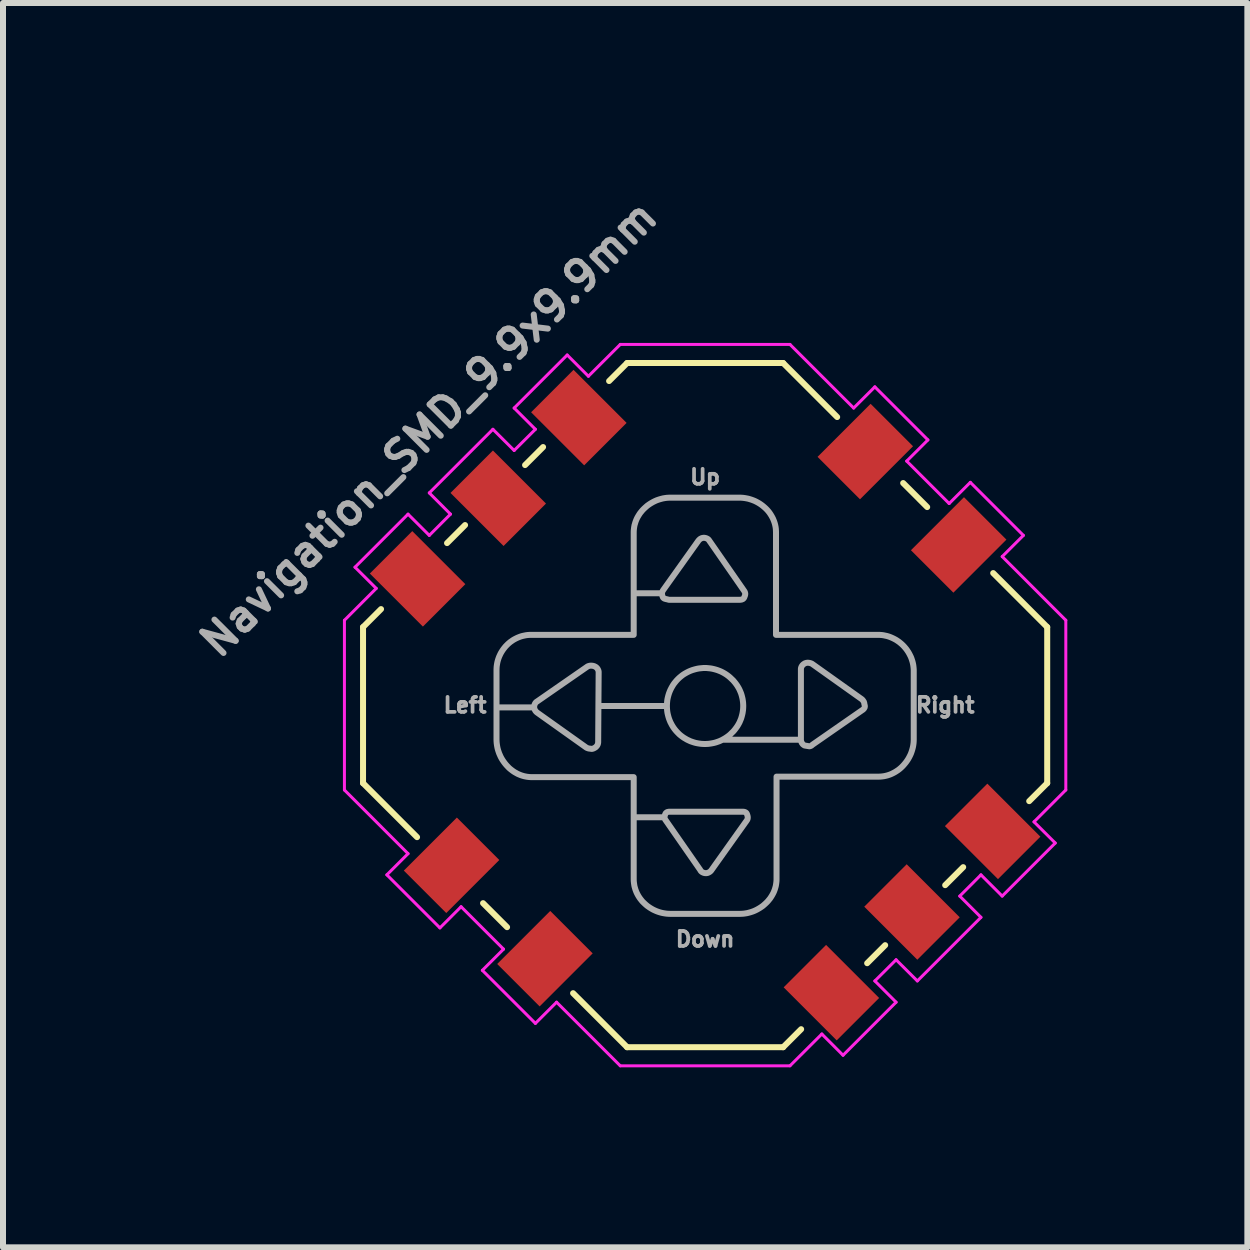
<source format=kicad_pcb>
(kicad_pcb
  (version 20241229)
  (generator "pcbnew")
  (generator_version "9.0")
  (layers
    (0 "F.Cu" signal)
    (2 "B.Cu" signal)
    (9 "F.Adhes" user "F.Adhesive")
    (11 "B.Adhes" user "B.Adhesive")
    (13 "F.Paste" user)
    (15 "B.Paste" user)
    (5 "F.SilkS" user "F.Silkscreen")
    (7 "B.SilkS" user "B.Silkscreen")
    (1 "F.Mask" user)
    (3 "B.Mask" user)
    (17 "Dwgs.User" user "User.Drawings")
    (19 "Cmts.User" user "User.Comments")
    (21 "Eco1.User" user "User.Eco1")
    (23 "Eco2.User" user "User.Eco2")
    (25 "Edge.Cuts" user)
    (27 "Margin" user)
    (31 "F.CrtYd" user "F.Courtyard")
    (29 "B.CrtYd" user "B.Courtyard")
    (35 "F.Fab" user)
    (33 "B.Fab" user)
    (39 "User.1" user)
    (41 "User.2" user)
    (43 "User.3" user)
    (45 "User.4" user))
  (footprint "Navigation_SMD_9.9x9.9mm"
    (layer "F.Cu")
    (at 8.699 8.699)
    (property "Reference" "Navigation_SMD_9.9x9.9mm" (at -4.4 -4.4 45) (layer "F.Fab") (effects (font (size 0.5 0.5) (thickness 0.1)) (justify bottom)))
    (attr smd)
    (fp_line (start -5.7 -1.3) (end -5.4 -1.6) (stroke (width 0.1) (type default)) (layer "F.SilkS"))
    (fp_line (start -5.7 1.3) (end -5.7 -1.3) (stroke (width 0.1) (type default)) (layer "F.SilkS"))
    (fp_line (start -4.8 2.2) (end -5.7 1.3) (stroke (width 0.1) (type default)) (layer "F.SilkS"))
    (fp_line (start -4 -3) (end -4.3 -2.7) (stroke (width 0.1) (type default)) (layer "F.SilkS"))
    (fp_line (start -3.3 3.7) (end -3.7 3.3) (stroke (width 0.1) (type default)) (layer "F.SilkS"))
    (fp_line (start -2.7 -4.3) (end -3 -4) (stroke (width 0.1) (type default)) (layer "F.SilkS"))
    (fp_line (start -1.6 -5.4) (end -1.3 -5.7) (stroke (width 0.1) (type default)) (layer "F.SilkS"))
    (fp_line (start -1.3 -5.7) (end 1.3 -5.7) (stroke (width 0.1) (type default)) (layer "F.SilkS"))
    (fp_line (start -1.3 5.7) (end -2.2 4.8) (stroke (width 0.1) (type default)) (layer "F.SilkS"))
    (fp_line (start 1.3 -5.7) (end 2.2 -4.8) (stroke (width 0.1) (type default)) (layer "F.SilkS"))
    (fp_line (start 1.3 5.7) (end -1.3 5.7) (stroke (width 0.1) (type default)) (layer "F.SilkS"))
    (fp_line (start 1.6 5.4) (end 1.3 5.7) (stroke (width 0.1) (type default)) (layer "F.SilkS"))
    (fp_line (start 3 4) (end 2.7 4.3) (stroke (width 0.1) (type default)) (layer "F.SilkS"))
    (fp_line (start 3.3 -3.7) (end 3.7 -3.3) (stroke (width 0.1) (type default)) (layer "F.SilkS"))
    (fp_line (start 4.3 2.7) (end 4 3) (stroke (width 0.1) (type default)) (layer "F.SilkS"))
    (fp_line (start 4.8 -2.2) (end 5.7 -1.3) (stroke (width 0.1) (type default)) (layer "F.SilkS"))
    (fp_line (start 5.7 -1.3) (end 5.7 1.3) (stroke (width 0.1) (type default)) (layer "F.SilkS"))
    (fp_line (start 5.7 1.3) (end 5.4 1.6) (stroke (width 0.1) (type default)) (layer "F.SilkS"))
    (fp_line (start -6.01 -1.414) (end -5.48 -1.945) (stroke (width 0.05) (type default)) (layer "F.CrtYd"))
    (fp_line (start -6.01 1.414) (end -6.01 -1.414) (stroke (width 0.05) (type default)) (layer "F.CrtYd"))
    (fp_line (start -5.834 -2.298) (end -4.95 -3.182) (stroke (width 0.05) (type default)) (layer "F.CrtYd"))
    (fp_line (start -5.48 -1.945) (end -5.834 -2.298) (stroke (width 0.05) (type default)) (layer "F.CrtYd"))
    (fp_line (start -5.303 2.828) (end -4.95 2.475) (stroke (width 0.05) (type default)) (layer "F.CrtYd"))
    (fp_line (start -4.95 -3.182) (end -4.596 -2.828) (stroke (width 0.05) (type default)) (layer "F.CrtYd"))
    (fp_line (start -4.95 2.475) (end -6.01 1.414) (stroke (width 0.05) (type default)) (layer "F.CrtYd"))
    (fp_line (start -4.596 -3.536) (end -3.536 -4.596) (stroke (width 0.05) (type default)) (layer "F.CrtYd"))
    (fp_line (start -4.596 -2.828) (end -4.243 -3.182) (stroke (width 0.05) (type default)) (layer "F.CrtYd"))
    (fp_line (start -4.419 3.712) (end -5.303 2.828) (stroke (width 0.05) (type default)) (layer "F.CrtYd"))
    (fp_line (start -4.243 -3.182) (end -4.596 -3.536) (stroke (width 0.05) (type default)) (layer "F.CrtYd"))
    (fp_line (start -4.066 3.359) (end -4.419 3.712) (stroke (width 0.05) (type default)) (layer "F.CrtYd"))
    (fp_line (start -3.712 4.419) (end -3.359 4.066) (stroke (width 0.05) (type default)) (layer "F.CrtYd"))
    (fp_line (start -3.536 -4.596) (end -3.182 -4.243) (stroke (width 0.05) (type default)) (layer "F.CrtYd"))
    (fp_line (start -3.359 4.066) (end -4.066 3.359) (stroke (width 0.05) (type default)) (layer "F.CrtYd"))
    (fp_line (start -3.182 -4.95) (end -2.298 -5.834) (stroke (width 0.05) (type default)) (layer "F.CrtYd"))
    (fp_line (start -3.182 -4.243) (end -2.828 -4.596) (stroke (width 0.05) (type default)) (layer "F.CrtYd"))
    (fp_line (start -2.828 -4.596) (end -3.182 -4.95) (stroke (width 0.05) (type default)) (layer "F.CrtYd"))
    (fp_line (start -2.828 5.303) (end -3.712 4.419) (stroke (width 0.05) (type default)) (layer "F.CrtYd"))
    (fp_line (start -2.475 4.95) (end -2.828 5.303) (stroke (width 0.05) (type default)) (layer "F.CrtYd"))
    (fp_line (start -2.298 -5.834) (end -1.945 -5.48) (stroke (width 0.05) (type default)) (layer "F.CrtYd"))
    (fp_line (start -1.945 -5.48) (end -1.414 -6.01) (stroke (width 0.05) (type default)) (layer "F.CrtYd"))
    (fp_line (start -1.414 -6.01) (end 1.414 -6.01) (stroke (width 0.05) (type default)) (layer "F.CrtYd"))
    (fp_line (start -1.414 6.01) (end -2.475 4.95) (stroke (width 0.05) (type default)) (layer "F.CrtYd"))
    (fp_line (start 1.414 -6.01) (end 2.475 -4.95) (stroke (width 0.05) (type default)) (layer "F.CrtYd"))
    (fp_line (start 1.414 6.01) (end -1.414 6.01) (stroke (width 0.05) (type default)) (layer "F.CrtYd"))
    (fp_line (start 1.945 5.48) (end 1.414 6.01) (stroke (width 0.05) (type default)) (layer "F.CrtYd"))
    (fp_line (start 2.298 5.834) (end 1.945 5.48) (stroke (width 0.05) (type default)) (layer "F.CrtYd"))
    (fp_line (start 2.475 -4.95) (end 2.828 -5.303) (stroke (width 0.05) (type default)) (layer "F.CrtYd"))
    (fp_line (start 2.828 -5.303) (end 3.712 -4.419) (stroke (width 0.05) (type default)) (layer "F.CrtYd"))
    (fp_line (start 2.828 4.596) (end 3.182 4.95) (stroke (width 0.05) (type default)) (layer "F.CrtYd"))
    (fp_line (start 3.182 4.243) (end 2.828 4.596) (stroke (width 0.05) (type default)) (layer "F.CrtYd"))
    (fp_line (start 3.182 4.95) (end 2.298 5.834) (stroke (width 0.05) (type default)) (layer "F.CrtYd"))
    (fp_line (start 3.359 -4.066) (end 4.066 -3.359) (stroke (width 0.05) (type default)) (layer "F.CrtYd"))
    (fp_line (start 3.536 4.596) (end 3.182 4.243) (stroke (width 0.05) (type default)) (layer "F.CrtYd"))
    (fp_line (start 3.712 -4.419) (end 3.359 -4.066) (stroke (width 0.05) (type default)) (layer "F.CrtYd"))
    (fp_line (start 4.066 -3.359) (end 4.419 -3.712) (stroke (width 0.05) (type default)) (layer "F.CrtYd"))
    (fp_line (start 4.243 3.182) (end 4.596 3.536) (stroke (width 0.05) (type default)) (layer "F.CrtYd"))
    (fp_line (start 4.419 -3.712) (end 5.303 -2.828) (stroke (width 0.05) (type default)) (layer "F.CrtYd"))
    (fp_line (start 4.596 2.828) (end 4.243 3.182) (stroke (width 0.05) (type default)) (layer "F.CrtYd"))
    (fp_line (start 4.596 3.536) (end 3.536 4.596) (stroke (width 0.05) (type default)) (layer "F.CrtYd"))
    (fp_line (start 4.95 -2.475) (end 6.01 -1.414) (stroke (width 0.05) (type default)) (layer "F.CrtYd"))
    (fp_line (start 4.95 3.182) (end 4.596 2.828) (stroke (width 0.05) (type default)) (layer "F.CrtYd"))
    (fp_line (start 5.303 -2.828) (end 4.95 -2.475) (stroke (width 0.05) (type default)) (layer "F.CrtYd"))
    (fp_line (start 5.48 1.945) (end 5.834 2.298) (stroke (width 0.05) (type default)) (layer "F.CrtYd"))
    (fp_line (start 5.834 2.298) (end 4.95 3.182) (stroke (width 0.05) (type default)) (layer "F.CrtYd"))
    (fp_line (start 6.01 1.414) (end 5.48 1.945) (stroke (width 0.05) (type default)) (layer "F.CrtYd"))
    (fp_line (start 6.01 1.414) (end 6.01 -1.414) (stroke (width 0.05) (type default)) (layer "F.CrtYd"))
    (fp_poly (pts (xy 0.602 -3.456) (xy 0.631 -3.454) (xy 0.661 -3.45) (xy 0.69 -3.445) (xy 0.719 -3.439) (xy 0.747 -3.431) (xy 0.775 -3.422) (xy 0.802 -3.412) (xy 0.829 -3.401) (xy 0.855 -3.388) (xy 0.881 -3.374) (xy 0.906 -3.359) (xy 0.93 -3.343) (xy 0.953 -3.326) (xy 0.975 -3.308) (xy 0.997 -3.289) (xy 1.017 -3.27) (xy 1.037 -3.249) (xy 1.056 -3.227) (xy 1.073 -3.205) (xy 1.089 -3.181) (xy 1.104 -3.157) (xy 1.118 -3.132) (xy 1.131 -3.107) (xy 1.142 -3.08) (xy 1.152 -3.054) (xy 1.161 -3.026) (xy 1.168 -2.998) (xy 1.174 -2.969) (xy 1.178 -2.94) (xy 1.18 -2.911) (xy 1.181 -2.881) (xy 1.181 -1.171) (xy 2.883 -1.171) (xy 2.883 -1.171) (xy 2.883 -1.171) (xy 2.883 -1.171) (xy 2.913 -1.17) (xy 2.942 -1.168) (xy 2.972 -1.164) (xy 3 -1.158) (xy 3.029 -1.152) (xy 3.056 -1.144) (xy 3.084 -1.134) (xy 3.11 -1.123) (xy 3.136 -1.111) (xy 3.161 -1.098) (xy 3.186 -1.084) (xy 3.21 -1.068) (xy 3.233 -1.052) (xy 3.255 -1.034) (xy 3.276 -1.016) (xy 3.297 -0.996) (xy 3.316 -0.976) (xy 3.335 -0.954) (xy 3.353 -0.932) (xy 3.369 -0.909) (xy 3.385 -0.885) (xy 3.399 -0.861) (xy 3.412 -0.836) (xy 3.425 -0.81) (xy 3.436 -0.784) (xy 3.445 -0.757) (xy 3.454 -0.729) (xy 3.461 -0.702) (xy 3.467 -0.673) (xy 3.471 -0.645) (xy 3.474 -0.616) (xy 3.476 -0.586) (xy 3.476 0.573) (xy 3.475 0.604) (xy 3.473 0.633) (xy 3.469 0.663) (xy 3.464 0.692) (xy 3.457 0.721) (xy 3.449 0.75) (xy 3.44 0.778) (xy 3.43 0.806) (xy 3.418 0.833) (xy 3.405 0.859) (xy 3.391 0.885) (xy 3.376 0.91) (xy 3.359 0.935) (xy 3.342 0.958) (xy 3.323 0.981) (xy 3.304 1.003) (xy 3.284 1.024) (xy 3.263 1.044) (xy 3.241 1.063) (xy 3.218 1.081) (xy 3.194 1.097) (xy 3.169 1.113) (xy 3.144 1.127) (xy 3.118 1.14) (xy 3.092 1.152) (xy 3.065 1.162) (xy 3.037 1.171) (xy 3.009 1.178) (xy 2.98 1.184) (xy 2.951 1.188) (xy 2.921 1.191) (xy 2.891 1.192) (xy 1.19 1.192) (xy 1.19 2.902) (xy 1.189 2.931) (xy 1.186 2.96) (xy 1.182 2.988) (xy 1.177 3.016) (xy 1.169 3.044) (xy 1.161 3.071) (xy 1.151 3.098) (xy 1.14 3.124) (xy 1.127 3.149) (xy 1.113 3.174) (xy 1.098 3.198) (xy 1.082 3.222) (xy 1.064 3.244) (xy 1.046 3.266) (xy 1.026 3.287) (xy 1.005 3.307) (xy 0.984 3.326) (xy 0.962 3.345) (xy 0.938 3.362) (xy 0.914 3.378) (xy 0.889 3.393) (xy 0.864 3.407) (xy 0.838 3.42) (xy 0.811 3.432) (xy 0.784 3.442) (xy 0.756 3.451) (xy 0.727 3.459) (xy 0.699 3.466) (xy 0.669 3.471) (xy 0.64 3.475) (xy 0.61 3.477) (xy 0.58 3.478) (xy -0.58 3.478) (xy -0.61 3.477) (xy -0.64 3.475) (xy -0.669 3.471) (xy -0.699 3.466) (xy -0.727 3.46) (xy -0.756 3.452) (xy -0.784 3.443) (xy -0.811 3.433) (xy -0.838 3.421) (xy -0.864 3.409) (xy -0.889 3.395) (xy -0.914 3.38) (xy -0.938 3.364) (xy -0.962 3.347) (xy -0.984 3.329) (xy -1.005 3.31) (xy -1.026 3.29) (xy -1.046 3.27) (xy -1.064 3.248) (xy -1.082 3.225) (xy -1.098 3.202) (xy -1.113 3.178) (xy -1.127 3.153) (xy -1.14 3.127) (xy -1.151 3.101) (xy -1.161 3.074) (xy -1.169 3.047) (xy -1.177 3.019) (xy -1.182 2.99) (xy -1.186 2.961) (xy -1.189 2.932) (xy -1.19 2.902) (xy -1.19 1.866) (xy -0.676 1.866) (xy -0.676 1.869) (xy -0.676 1.872) (xy -0.676 1.875) (xy -0.676 1.878) (xy -0.675 1.881) (xy -0.675 1.884) (xy -0.674 1.887) (xy -0.673 1.89) (xy -0.672 1.893) (xy -0.671 1.895) (xy -0.668 1.901) (xy -0.665 1.907) (xy -0.661 1.913) (xy -0.656 1.92) (xy -0.08 2.749) (xy -0.079 2.753) (xy -0.077 2.756) (xy -0.075 2.758) (xy -0.073 2.761) (xy -0.071 2.764) (xy -0.068 2.767) (xy -0.064 2.772) (xy -0.058 2.776) (xy -0.053 2.78) (xy -0.047 2.784) (xy -0.04 2.787) (xy -0.034 2.79) (xy -0.027 2.793) (xy -0.021 2.795) (xy -0.014 2.797) (xy -0.007 2.798) (xy -0.000378 2.799) (xy 0.006 2.8) (xy 0.013 2.8) (xy 0.019 2.8) (xy 0.025 2.799) (xy 0.032 2.798) (xy 0.038 2.797) (xy 0.044 2.795) (xy 0.05 2.793) (xy 0.056 2.79) (xy 0.062 2.787) (xy 0.068 2.784) (xy 0.074 2.78) (xy 0.08 2.776) (xy 0.085 2.772) (xy 0.091 2.767) (xy 0.096 2.761) (xy 0.101 2.756) (xy 0.106 2.749) (xy 0.69 1.928) (xy 0.69 1.928) (xy 0.69 1.928) (xy 0.69 1.928) (xy 0.694 1.922) (xy 0.698 1.916) (xy 0.702 1.91) (xy 0.704 1.904) (xy 0.707 1.898) (xy 0.708 1.892) (xy 0.709 1.886) (xy 0.71 1.879) (xy 0.71 1.873) (xy 0.71 1.866) (xy 0.709 1.859) (xy 0.708 1.852) (xy 0.706 1.844) (xy 0.704 1.836) (xy 0.701 1.827) (xy 0.698 1.818) (xy 0.697 1.814) (xy 0.695 1.811) (xy 0.693 1.807) (xy 0.691 1.804) (xy 0.689 1.801) (xy 0.687 1.798) (xy 0.685 1.796) (xy 0.683 1.794) (xy 0.68 1.791) (xy 0.678 1.789) (xy 0.675 1.788) (xy 0.672 1.786) (xy 0.669 1.785) (xy 0.666 1.783) (xy 0.66 1.781) (xy 0.654 1.779) (xy 0.647 1.778) (xy 0.64 1.777) (xy 0.632 1.776) (xy 0.624 1.776) (xy 0.615 1.776) (xy 0.597 1.776) (xy -0.563 1.776) (xy -0.581 1.776) (xy -0.59 1.776) (xy -0.598 1.776) (xy -0.606 1.777) (xy -0.613 1.778) (xy -0.617 1.779) (xy -0.62 1.779) (xy -0.623 1.78) (xy -0.627 1.781) (xy -0.63 1.782) (xy -0.633 1.783) (xy -0.636 1.785) (xy -0.638 1.786) (xy -0.641 1.788) (xy -0.644 1.789) (xy -0.646 1.791) (xy -0.649 1.794) (xy -0.651 1.796) (xy -0.653 1.798) (xy -0.656 1.801) (xy -0.658 1.804) (xy -0.659 1.807) (xy -0.661 1.811) (xy -0.663 1.814) (xy -0.665 1.818) (xy -0.668 1.826) (xy -0.67 1.833) (xy -0.672 1.84) (xy -0.674 1.847) (xy -0.675 1.854) (xy -0.676 1.86) (xy -0.676 1.866) (xy -1.19 1.866) (xy -1.19 1.2) (xy -2.9 1.2) (xy -2.93 1.198) (xy -2.959 1.195) (xy -2.988 1.19) (xy -3.017 1.184) (xy -3.045 1.176) (xy -3.072 1.167) (xy -3.099 1.156) (xy -3.126 1.144) (xy -3.151 1.13) (xy -3.176 1.116) (xy -3.2 1.1) (xy -3.223 1.083) (xy -3.246 1.065) (xy -3.268 1.046) (xy -3.288 1.025) (xy -3.308 1.004) (xy -3.327 0.982) (xy -3.345 0.959) (xy -3.362 0.935) (xy -3.378 0.911) (xy -3.393 0.886) (xy -3.407 0.86) (xy -3.419 0.833) (xy -3.431 0.806) (xy -3.441 0.778) (xy -3.45 0.75) (xy -3.458 0.721) (xy -3.464 0.692) (xy -3.469 0.663) (xy -3.473 0.633) (xy -3.475 0.604) (xy -3.476 0.573) (xy -3.476 0.032) (xy -2.849 0.032) (xy -2.849 0.038) (xy -2.848 0.044) (xy -2.847 0.051) (xy -2.846 0.057) (xy -2.844 0.063) (xy -2.842 0.069) (xy -2.839 0.075) (xy -2.836 0.081) (xy -2.833 0.087) (xy -2.829 0.093) (xy -2.825 0.099) (xy -2.82 0.104) (xy -2.816 0.11) (xy -2.81 0.115) (xy -2.804 0.12) (xy -2.798 0.125) (xy -1.977 0.709) (xy -1.97 0.712) (xy -1.963 0.715) (xy -1.959 0.717) (xy -1.955 0.718) (xy -1.951 0.719) (xy -1.946 0.721) (xy -1.942 0.722) (xy -1.937 0.723) (xy -1.933 0.724) (xy -1.928 0.724) (xy -1.923 0.725) (xy -1.919 0.725) (xy -1.914 0.726) (xy -1.909 0.726) (xy -1.908 0.727) (xy -1.906 0.727) (xy -1.904 0.728) (xy -1.903 0.728) (xy -1.901 0.729) (xy -1.899 0.729) (xy -1.895 0.729) (xy -1.891 0.729) (xy -1.888 0.729) (xy -1.884 0.729) (xy -1.88 0.728) (xy -1.876 0.727) (xy -1.872 0.726) (xy -1.868 0.725) (xy -1.864 0.723) (xy -1.86 0.722) (xy -1.857 0.721) (xy -1.853 0.719) (xy -1.85 0.717) (xy -1.844 0.714) (xy -1.837 0.71) (xy -1.831 0.706) (xy -1.825 0.702) (xy -1.819 0.697) (xy -1.814 0.691) (xy -1.808 0.685) (xy -1.803 0.679) (xy -1.799 0.673) (xy -1.795 0.666) (xy -1.791 0.658) (xy -1.788 0.651) (xy -1.787 0.647) (xy -1.786 0.643) (xy -1.785 0.638) (xy -1.784 0.634) (xy -1.783 0.63) (xy -1.783 0.625) (xy -1.782 0.62) (xy -1.782 0.616) (xy -1.778 0.015) (xy -0.637 0.015) (xy -0.636 0.045) (xy -0.634 0.076) (xy -0.631 0.106) (xy -0.626 0.136) (xy -0.619 0.166) (xy -0.611 0.196) (xy -0.602 0.225) (xy -0.591 0.254) (xy -0.579 0.283) (xy -0.565 0.31) (xy -0.55 0.338) (xy -0.534 0.364) (xy -0.516 0.39) (xy -0.496 0.416) (xy -0.475 0.44) (xy -0.453 0.463) (xy -0.43 0.486) (xy -0.405 0.507) (xy -0.38 0.526) (xy -0.354 0.544) (xy -0.327 0.56) (xy -0.3 0.576) (xy -0.272 0.589) (xy -0.244 0.602) (xy -0.215 0.612) (xy -0.185 0.622) (xy -0.156 0.63) (xy -0.126 0.636) (xy -0.096 0.641) (xy -0.065 0.645) (xy -0.035 0.647) (xy -0.004 0.648) (xy 0.026 0.647) (xy 0.057 0.645) (xy 0.087 0.641) (xy 0.117 0.636) (xy 0.147 0.63) (xy 0.177 0.622) (xy 0.206 0.612) (xy 0.235 0.602) (xy 0.264 0.589) (xy 0.292 0.576) (xy 0.295 0.573) (xy 1.596 0.573) (xy 1.596 0.577) (xy 1.596 0.581) (xy 1.597 0.585) (xy 1.597 0.589) (xy 1.598 0.593) (xy 1.599 0.597) (xy 1.599 0.601) (xy 1.601 0.605) (xy 1.602 0.609) (xy 1.603 0.612) (xy 1.605 0.616) (xy 1.606 0.62) (xy 1.608 0.623) (xy 1.61 0.627) (xy 1.612 0.63) (xy 1.614 0.634) (xy 1.616 0.637) (xy 1.619 0.64) (xy 1.621 0.644) (xy 1.624 0.647) (xy 1.626 0.65) (xy 1.629 0.653) (xy 1.632 0.655) (xy 1.635 0.658) (xy 1.638 0.661) (xy 1.642 0.663) (xy 1.645 0.665) (xy 1.649 0.668) (xy 1.652 0.67) (xy 1.656 0.672) (xy 1.66 0.673) (xy 1.664 0.675) (xy 1.667 0.675) (xy 1.671 0.675) (xy 1.675 0.676) (xy 1.679 0.676) (xy 1.688 0.678) (xy 1.696 0.679) (xy 1.712 0.682) (xy 1.719 0.683) (xy 1.721 0.683) (xy 1.723 0.684) (xy 1.725 0.684) (xy 1.728 0.685) (xy 1.73 0.685) (xy 1.732 0.686) (xy 1.735 0.686) (xy 1.737 0.686) (xy 1.739 0.686) (xy 1.742 0.686) (xy 1.744 0.685) (xy 1.746 0.685) (xy 1.749 0.684) (xy 1.751 0.684) (xy 1.753 0.683) (xy 1.756 0.682) (xy 1.76 0.68) (xy 1.764 0.678) (xy 1.768 0.676) (xy 1.773 0.673) (xy 1.777 0.67) (xy 1.78 0.667) (xy 1.784 0.664) (xy 1.787 0.661) (xy 1.791 0.658) (xy 2.62 0.082) (xy 2.62 0.082) (xy 2.62 0.082) (xy 2.62 0.082) (xy 2.62 0.082) (xy 2.62 0.082) (xy 2.62 0.082) (xy 2.62 0.082) (xy 2.627 0.078) (xy 2.632 0.073) (xy 2.638 0.068) (xy 2.642 0.063) (xy 2.647 0.058) (xy 2.65 0.053) (xy 2.652 0.05) (xy 2.654 0.048) (xy 2.655 0.045) (xy 2.656 0.042) (xy 2.658 0.039) (xy 2.658 0.036) (xy 2.659 0.034) (xy 2.66 0.031) (xy 2.66 0.028) (xy 2.661 0.024) (xy 2.661 0.021) (xy 2.661 0.018) (xy 2.661 0.015) (xy 2.66 0.011) (xy 2.66 0.008) (xy 2.659 0.004) (xy 2.658 0.001) (xy 2.657 -0.003) (xy 2.656 -0.007) (xy 2.654 -0.011) (xy 2.654 -0.017) (xy 2.653 -0.023) (xy 2.652 -0.03) (xy 2.651 -0.036) (xy 2.649 -0.042) (xy 2.647 -0.048) (xy 2.645 -0.055) (xy 2.642 -0.06) (xy 2.638 -0.066) (xy 2.634 -0.072) (xy 2.63 -0.078) (xy 2.626 -0.083) (xy 2.621 -0.089) (xy 2.615 -0.094) (xy 2.61 -0.099) (xy 2.603 -0.104) (xy 1.782 -0.688) (xy 1.776 -0.691) (xy 1.769 -0.694) (xy 1.762 -0.697) (xy 1.755 -0.699) (xy 1.748 -0.701) (xy 1.741 -0.703) (xy 1.734 -0.704) (xy 1.726 -0.705) (xy 1.719 -0.706) (xy 1.711 -0.706) (xy 1.703 -0.706) (xy 1.695 -0.705) (xy 1.687 -0.704) (xy 1.68 -0.702) (xy 1.672 -0.699) (xy 1.664 -0.697) (xy 1.657 -0.693) (xy 1.651 -0.689) (xy 1.645 -0.685) (xy 1.639 -0.681) (xy 1.633 -0.676) (xy 1.627 -0.67) (xy 1.622 -0.665) (xy 1.617 -0.658) (xy 1.613 -0.652) (xy 1.608 -0.645) (xy 1.605 -0.638) (xy 1.602 -0.63) (xy 1.6 -0.626) (xy 1.599 -0.622) (xy 1.598 -0.618) (xy 1.597 -0.613) (xy 1.597 -0.609) (xy 1.596 -0.604) (xy 1.596 -0.6) (xy 1.596 -0.595) (xy 1.596 0.573) (xy 0.295 0.573) (xy 0.319 0.56) (xy 0.345 0.544) (xy 0.371 0.526) (xy 0.397 0.507) (xy 0.421 0.486) (xy 0.444 0.463) (xy 0.468 0.44) (xy 0.489 0.416) (xy 0.509 0.39) (xy 0.528 0.364) (xy 0.545 0.338) (xy 0.561 0.31) (xy 0.575 0.283) (xy 0.587 0.254) (xy 0.599 0.225) (xy 0.608 0.196) (xy 0.616 0.166) (xy 0.623 0.136) (xy 0.628 0.106) (xy 0.632 0.076) (xy 0.634 0.045) (xy 0.635 0.015) (xy 0.634 -0.016) (xy 0.632 -0.046) (xy 0.628 -0.077) (xy 0.623 -0.107) (xy 0.616 -0.137) (xy 0.608 -0.167) (xy 0.599 -0.196) (xy 0.587 -0.225) (xy 0.575 -0.253) (xy 0.561 -0.281) (xy 0.545 -0.308) (xy 0.528 -0.335) (xy 0.509 -0.361) (xy 0.489 -0.386) (xy 0.468 -0.411) (xy 0.444 -0.434) (xy 0.421 -0.456) (xy 0.397 -0.477) (xy 0.371 -0.497) (xy 0.345 -0.515) (xy 0.319 -0.531) (xy 0.292 -0.546) (xy 0.264 -0.56) (xy 0.235 -0.572) (xy 0.206 -0.583) (xy 0.177 -0.592) (xy 0.147 -0.6) (xy 0.117 -0.607) (xy 0.087 -0.612) (xy 0.057 -0.615) (xy 0.026 -0.618) (xy -0.004 -0.618) (xy -0.035 -0.618) (xy -0.065 -0.615) (xy -0.096 -0.612) (xy -0.126 -0.607) (xy -0.156 -0.6) (xy -0.185 -0.592) (xy -0.215 -0.583) (xy -0.244 -0.572) (xy -0.272 -0.56) (xy -0.3 -0.546) (xy -0.327 -0.531) (xy -0.354 -0.515) (xy -0.38 -0.497) (xy -0.405 -0.477) (xy -0.43 -0.456) (xy -0.453 -0.434) (xy -0.475 -0.411) (xy -0.496 -0.386) (xy -0.516 -0.361) (xy -0.534 -0.335) (xy -0.55 -0.308) (xy -0.565 -0.281) (xy -0.579 -0.253) (xy -0.591 -0.225) (xy -0.602 -0.196) (xy -0.611 -0.167) (xy -0.619 -0.137) (xy -0.626 -0.107) (xy -0.631 -0.077) (xy -0.634 -0.046) (xy -0.636 -0.016) (xy -0.637 0.015) (xy -1.778 0.015) (xy -1.774 -0.544) (xy -1.774 -0.548) (xy -1.774 -0.552) (xy -1.774 -0.556) (xy -1.775 -0.56) (xy -1.776 -0.564) (xy -1.776 -0.568) (xy -1.777 -0.572) (xy -1.778 -0.575) (xy -1.78 -0.579) (xy -1.781 -0.583) (xy -1.782 -0.587) (xy -1.784 -0.59) (xy -1.786 -0.594) (xy -1.788 -0.598) (xy -1.79 -0.601) (xy -1.792 -0.604) (xy -1.794 -0.608) (xy -1.796 -0.611) (xy -1.799 -0.614) (xy -1.801 -0.617) (xy -1.804 -0.62) (xy -1.807 -0.623) (xy -1.81 -0.626) (xy -1.813 -0.629) (xy -1.816 -0.631) (xy -1.82 -0.634) (xy -1.823 -0.636) (xy -1.826 -0.638) (xy -1.83 -0.64) (xy -1.834 -0.642) (xy -1.838 -0.644) (xy -1.842 -0.646) (xy -1.848 -0.649) (xy -1.855 -0.651) (xy -1.863 -0.653) (xy -1.871 -0.655) (xy -1.879 -0.656) (xy -1.888 -0.657) (xy -1.896 -0.658) (xy -1.905 -0.657) (xy -1.914 -0.657) (xy -1.922 -0.656) (xy -1.931 -0.654) (xy -1.939 -0.652) (xy -1.947 -0.649) (xy -1.955 -0.646) (xy -1.962 -0.642) (xy -1.965 -0.64) (xy -1.969 -0.637) (xy -2.798 -0.062) (xy -2.801 -0.06) (xy -2.804 -0.058) (xy -2.807 -0.056) (xy -2.81 -0.054) (xy -2.813 -0.052) (xy -2.816 -0.05) (xy -2.82 -0.045) (xy -2.825 -0.039) (xy -2.829 -0.034) (xy -2.833 -0.028) (xy -2.836 -0.021) (xy -2.839 -0.015) (xy -2.842 -0.008) (xy -2.844 -0.002) (xy -2.846 0.005) (xy -2.847 0.012) (xy -2.848 0.019) (xy -2.849 0.025) (xy -2.849 0.032) (xy -3.476 0.032) (xy -3.476 -0.586) (xy -3.475 -0.616) (xy -3.473 -0.645) (xy -3.469 -0.673) (xy -3.464 -0.702) (xy -3.458 -0.729) (xy -3.45 -0.757) (xy -3.441 -0.784) (xy -3.431 -0.81) (xy -3.419 -0.836) (xy -3.407 -0.861) (xy -3.393 -0.885) (xy -3.378 -0.909) (xy -3.362 -0.932) (xy -3.345 -0.954) (xy -3.327 -0.976) (xy -3.308 -0.996) (xy -3.288 -1.016) (xy -3.268 -1.034) (xy -3.246 -1.052) (xy -3.223 -1.068) (xy -3.2 -1.084) (xy -3.176 -1.098) (xy -3.151 -1.111) (xy -3.126 -1.123) (xy -3.099 -1.134) (xy -3.072 -1.144) (xy -3.045 -1.152) (xy -3.017 -1.158) (xy -2.988 -1.164) (xy -2.959 -1.168) (xy -2.93 -1.17) (xy -2.9 -1.171) (xy -1.19 -1.171) (xy -1.19 -1.857) (xy -0.719 -1.857) (xy -0.718 -1.85) (xy -0.718 -1.843) (xy -0.716 -1.836) (xy -0.715 -1.829) (xy -0.713 -1.821) (xy -0.71 -1.814) (xy -0.707 -1.806) (xy -0.707 -1.806) (xy -0.705 -1.802) (xy -0.704 -1.798) (xy -0.702 -1.795) (xy -0.7 -1.792) (xy -0.697 -1.789) (xy -0.695 -1.787) (xy -0.692 -1.784) (xy -0.69 -1.782) (xy -0.687 -1.78) (xy -0.684 -1.779) (xy -0.682 -1.777) (xy -0.679 -1.775) (xy -0.672 -1.773) (xy -0.666 -1.771) (xy -0.659 -1.769) (xy -0.652 -1.767) (xy -0.637 -1.764) (xy -0.629 -1.762) (xy -0.621 -1.76) (xy -0.613 -1.758) (xy -0.605 -1.755) (xy 0.555 -1.755) (xy 0.57 -1.755) (xy 0.578 -1.755) (xy 0.586 -1.756) (xy 0.593 -1.756) (xy 0.601 -1.758) (xy 0.604 -1.758) (xy 0.608 -1.759) (xy 0.611 -1.76) (xy 0.615 -1.761) (xy 0.618 -1.763) (xy 0.621 -1.764) (xy 0.625 -1.766) (xy 0.628 -1.767) (xy 0.631 -1.769) (xy 0.634 -1.771) (xy 0.636 -1.774) (xy 0.639 -1.776) (xy 0.642 -1.779) (xy 0.644 -1.782) (xy 0.646 -1.785) (xy 0.649 -1.789) (xy 0.651 -1.793) (xy 0.653 -1.797) (xy 0.654 -1.801) (xy 0.656 -1.806) (xy 0.659 -1.813) (xy 0.662 -1.821) (xy 0.664 -1.828) (xy 0.666 -1.835) (xy 0.667 -1.841) (xy 0.668 -1.848) (xy 0.668 -1.854) (xy 0.668 -1.857) (xy 0.668 -1.86) (xy 0.668 -1.863) (xy 0.667 -1.866) (xy 0.667 -1.869) (xy 0.666 -1.871) (xy 0.665 -1.874) (xy 0.664 -1.877) (xy 0.663 -1.88) (xy 0.662 -1.883) (xy 0.659 -1.889) (xy 0.656 -1.895) (xy 0.652 -1.901) (xy 0.648 -1.907) (xy 0.072 -2.737) (xy 0.07 -2.74) (xy 0.068 -2.743) (xy 0.067 -2.746) (xy 0.064 -2.749) (xy 0.062 -2.752) (xy 0.06 -2.754) (xy 0.055 -2.759) (xy 0.05 -2.764) (xy 0.044 -2.768) (xy 0.038 -2.772) (xy 0.032 -2.775) (xy 0.025 -2.778) (xy 0.019 -2.781) (xy 0.012 -2.783) (xy 0.005 -2.785) (xy -0.001 -2.786) (xy -0.008 -2.787) (xy -0.015 -2.788) (xy -0.021 -2.788) (xy -0.028 -2.788) (xy -0.034 -2.787) (xy -0.04 -2.786) (xy -0.046 -2.785) (xy -0.053 -2.783) (xy -0.059 -2.781) (xy -0.065 -2.778) (xy -0.071 -2.775) (xy -0.077 -2.772) (xy -0.083 -2.768) (xy -0.088 -2.764) (xy -0.094 -2.759) (xy -0.099 -2.754) (xy -0.104 -2.749) (xy -0.109 -2.743) (xy -0.114 -2.737) (xy -0.699 -1.916) (xy -0.703 -1.909) (xy -0.707 -1.903) (xy -0.71 -1.897) (xy -0.713 -1.89) (xy -0.715 -1.884) (xy -0.717 -1.877) (xy -0.718 -1.871) (xy -0.719 -1.864) (xy -0.719 -1.857) (xy -1.19 -1.857) (xy -1.19 -2.881) (xy -1.189 -2.91) (xy -1.186 -2.939) (xy -1.182 -2.968) (xy -1.177 -2.996) (xy -1.169 -3.023) (xy -1.161 -3.05) (xy -1.151 -3.077) (xy -1.14 -3.103) (xy -1.127 -3.129) (xy -1.113 -3.153) (xy -1.098 -3.177) (xy -1.082 -3.201) (xy -1.064 -3.223) (xy -1.046 -3.245) (xy -1.026 -3.266) (xy -1.005 -3.286) (xy -0.984 -3.305) (xy -0.962 -3.324) (xy -0.938 -3.341) (xy -0.914 -3.357) (xy -0.889 -3.372) (xy -0.864 -3.386) (xy -0.838 -3.399) (xy -0.811 -3.411) (xy -0.784 -3.421) (xy -0.756 -3.43) (xy -0.727 -3.438) (xy -0.699 -3.445) (xy -0.669 -3.45) (xy -0.64 -3.454) (xy -0.61 -3.456) (xy -0.58 -3.457) (xy 0.571 -3.457)) (stroke (width 0.1) (type solid)) (fill no) (layer "F.Fab"))
    (fp_line (start -5.692 -1.308) (end -5.692 1.308) (stroke (width 0.1) (type default)) (layer "User.1"))
    (fp_line (start -4.879 -0.742) (end -4.879 0.035) (stroke (width 0.05) (type default)) (layer "User.1"))
    (fp_line (start -4.879 0.035) (end -5.18 0.336) (stroke (width 0.05) (type default)) (layer "User.1"))
    (fp_line (start -4.879 0.53) (end -4.879 1.308) (stroke (width 0.05) (type default)) (layer "User.1"))
    (fp_line (start -2.828 -2.828) (end -2.475 -2.475) (stroke (width 0.05) (type default)) (layer "User.1"))
    (fp_line (start -1.945 -1.945) (end -2.652 -1.945) (stroke (width 0.05) (type default)) (layer "User.1"))
    (fp_line (start -1.308 -5.692) (end -5.692 -1.308) (stroke (width 0.1) (type default)) (layer "User.1"))
    (fp_line (start -1.308 -5.692) (end 1.308 -5.692) (stroke (width 0.1) (type default)) (layer "User.1"))
    (fp_line (start -1.308 5.692) (end -5.692 1.308) (stroke (width 0.1) (type default)) (layer "User.1"))
    (fp_line (start -1.308 5.692) (end 1.308 5.692) (stroke (width 0.1) (type default)) (layer "User.1"))
    (fp_line (start -1.273 4.879) (end -0.495 4.879) (stroke (width 0.05) (type default)) (layer "User.1"))
    (fp_line (start -0.495 4.879) (end -0.194 5.18) (stroke (width 0.05) (type default)) (layer "User.1"))
    (fp_line (start -0.053 -4.826) (end -0.831 -4.826) (stroke (width 0.05) (type default)) (layer "User.1"))
    (fp_line (start 0 4.879) (end 0.778 4.879) (stroke (width 0.05) (type default)) (layer "User.1"))
    (fp_line (start 0.442 -4.826) (end 0.141 -5.127) (stroke (width 0.05) (type default)) (layer "User.1"))
    (fp_line (start 1.22 -4.826) (end 0.442 -4.826) (stroke (width 0.05) (type default)) (layer "User.1"))
    (fp_line (start 1.308 -5.692) (end 5.692 -1.308) (stroke (width 0.1) (type default)) (layer "User.1"))
    (fp_line (start 2.652 2.652) (end -1.945 -1.945) (stroke (width 0.05) (type default)) (layer "User.1"))
    (fp_line (start 4.879 -0.672) (end 4.879 -1.45) (stroke (width 0.05) (type default)) (layer "User.1"))
    (fp_line (start 4.879 -0.177) (end 5.18 -0.477) (stroke (width 0.05) (type default)) (layer "User.1"))
    (fp_line (start 4.879 0.601) (end 4.879 -0.177) (stroke (width 0.05) (type default)) (layer "User.1"))
    (fp_line (start 5.692 -1.308) (end 5.692 1.308) (stroke (width 0.1) (type default)) (layer "User.1"))
    (fp_line (start 5.692 1.308) (end 1.308 5.692) (stroke (width 0.1) (type default)) (layer "User.1"))
    (fp_circle (center -3.394 0) (end -2.652 -0.742) (stroke (width 0.05) (type default)) (fill no) (layer "User.1"))
    (fp_circle (center 0 -3.394) (end 0.742 -4.137) (stroke (width 0.05) (type default)) (fill no) (layer "User.1"))
    (fp_circle (center 0 0) (end 0.707 -0.707) (stroke (width 0.05) (type default)) (fill no) (layer "User.1"))
    (fp_circle (center 0 3.394) (end 0.742 2.652) (stroke (width 0.05) (type default)) (fill no) (layer "User.1"))
    (fp_circle (center 3.394 0) (end 4.137 -0.742) (stroke (width 0.05) (type default)) (fill no) (layer "User.1"))
    (fp_text user "Left" (at -4 0 0) (unlocked yes) (layer "F.Fab") (effects (font (size 0.25 0.25) (thickness 0.062))))
    (fp_text user "Right" (at 4 0 0) (unlocked yes) (layer "F.Fab") (effects (font (size 0.25 0.25) (thickness 0.062))))
    (fp_text user "Up" (at 0 -3.8 0) (unlocked yes) (layer "F.Fab") (effects (font (size 0.25 0.25) (thickness 0.062))))
    (fp_text user "Down" (at 0 3.9 0) (unlocked yes) (layer "F.Fab") (effects (font (size 0.25 0.25) (thickness 0.062))))
    (pad "1" smd rect (at 2.669 -4.225 135) (size 1 1.25) (layers "F.Cu" "F.Mask" "F.Paste"))
    (pad "2" smd rect (at 4.225 -2.669 135) (size 1 1.25) (layers "F.Cu" "F.Mask" "F.Paste"))
    (pad "3" smd rect (at 4.791 2.104 225) (size 1 1.25) (layers "F.Cu" "F.Mask" "F.Paste"))
    (pad "4" smd rect (at 3.447 3.447 225) (size 1 1.25) (layers "F.Cu" "F.Mask" "F.Paste"))
    (pad "5" smd rect (at 2.104 4.791 225) (size 1 1.25) (layers "F.Cu" "F.Mask" "F.Paste"))
    (pad "6" smd rect (at -2.669 4.225 315) (size 1 1.25) (layers "F.Cu" "F.Mask" "F.Paste"))
    (pad "7" smd rect (at -4.225 2.669 315) (size 1 1.25) (layers "F.Cu" "F.Mask" "F.Paste"))
    (pad "8" smd rect (at -4.791 -2.104 45) (size 1 1.25) (layers "F.Cu" "F.Mask" "F.Paste"))
    (pad "9" smd rect (at -3.447 -3.447 45) (size 1 1.25) (layers "F.Cu" "F.Mask" "F.Paste"))
    (pad "10" smd rect (at -2.104 -4.791 45) (size 1 1.25) (layers "F.Cu" "F.Mask" "F.Paste")))
  (gr_rect
    (start -3 -3)
    (end 17.734 17.734)
    (stroke (width 0.1) (type default))
    (fill no)
    (layer "Edge.Cuts")))
</source>
